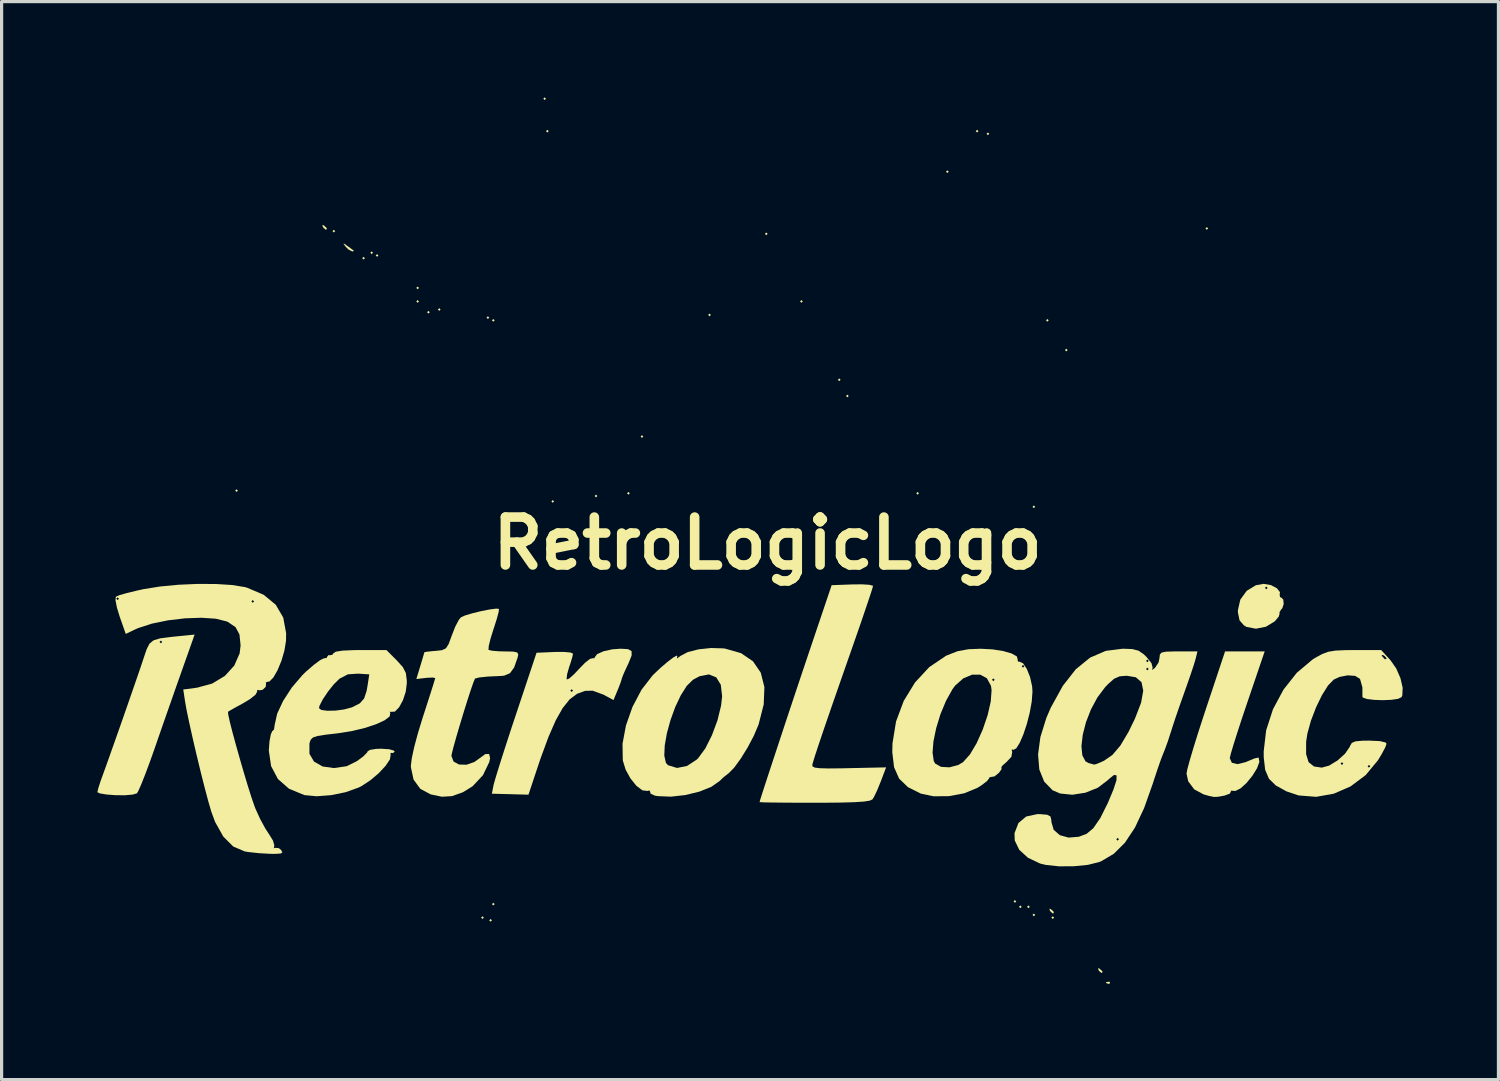
<source format=kicad_pcb>
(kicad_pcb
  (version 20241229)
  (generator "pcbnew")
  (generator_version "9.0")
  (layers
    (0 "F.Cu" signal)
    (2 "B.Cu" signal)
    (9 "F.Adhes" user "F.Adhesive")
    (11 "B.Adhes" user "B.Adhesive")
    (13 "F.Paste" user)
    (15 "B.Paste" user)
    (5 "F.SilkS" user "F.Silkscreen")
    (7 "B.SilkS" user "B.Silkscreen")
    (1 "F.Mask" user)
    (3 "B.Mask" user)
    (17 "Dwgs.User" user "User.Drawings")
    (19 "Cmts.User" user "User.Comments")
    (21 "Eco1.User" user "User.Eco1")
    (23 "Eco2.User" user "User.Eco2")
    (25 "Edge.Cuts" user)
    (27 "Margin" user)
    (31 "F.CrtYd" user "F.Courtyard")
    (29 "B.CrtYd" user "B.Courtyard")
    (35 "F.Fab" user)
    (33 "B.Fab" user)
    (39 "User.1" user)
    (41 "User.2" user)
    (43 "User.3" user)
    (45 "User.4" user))
  (footprint "RetroLogicLogo"
    (layer "F.Cu")
    (at 20.997 13.97)
    (property "Reference" "RetroLogicLogo" (at 0 0 0) (layer "F.SilkS") (effects (font (size 1.5 1.5) (thickness 0.3))))
    (attr board_only exclude_from_pos_files exclude_from_bom)
    (fp_poly (pts (xy -16.595 -1.651) (xy -16.637 -1.609) (xy -16.679 -1.651) (xy -16.637 -1.693)) (stroke (width 0) (type solid)) (fill yes) (layer "F.SilkS"))
    (fp_poly (pts (xy -13.547 -9.779) (xy -13.589 -9.737) (xy -13.631 -9.779) (xy -13.589 -9.821)) (stroke (width 0) (type solid)) (fill yes) (layer "F.SilkS"))
    (fp_poly (pts (xy -12.615 -8.932) (xy -12.658 -8.89) (xy -12.7 -8.932) (xy -12.658 -8.975)) (stroke (width 0) (type solid)) (fill yes) (layer "F.SilkS"))
    (fp_poly (pts (xy -12.361 -9.102) (xy -12.404 -9.059) (xy -12.446 -9.102) (xy -12.404 -9.144)) (stroke (width 0) (type solid)) (fill yes) (layer "F.SilkS"))
    (fp_poly (pts (xy -12.192 -9.017) (xy -12.234 -8.975) (xy -12.277 -9.017) (xy -12.234 -9.059)) (stroke (width 0) (type solid)) (fill yes) (layer "F.SilkS"))
    (fp_poly (pts (xy -10.922 -8.001) (xy -10.964 -7.959) (xy -11.007 -8.001) (xy -10.964 -8.043)) (stroke (width 0) (type solid)) (fill yes) (layer "F.SilkS"))
    (fp_poly (pts (xy -10.922 -7.578) (xy -10.964 -7.535) (xy -11.007 -7.578) (xy -10.964 -7.62)) (stroke (width 0) (type solid)) (fill yes) (layer "F.SilkS"))
    (fp_poly (pts (xy -10.583 -7.239) (xy -10.626 -7.197) (xy -10.668 -7.239) (xy -10.626 -7.281)) (stroke (width 0) (type solid)) (fill yes) (layer "F.SilkS"))
    (fp_poly (pts (xy -10.245 -7.324) (xy -10.287 -7.281) (xy -10.329 -7.324) (xy -10.287 -7.366)) (stroke (width 0) (type solid)) (fill yes) (layer "F.SilkS"))
    (fp_poly (pts (xy -8.89 11.726) (xy -8.932 11.769) (xy -8.975 11.726) (xy -8.932 11.684)) (stroke (width 0) (type solid)) (fill yes) (layer "F.SilkS"))
    (fp_poly (pts (xy -8.721 -7.07) (xy -8.763 -7.027) (xy -8.805 -7.07) (xy -8.763 -7.112)) (stroke (width 0) (type solid)) (fill yes) (layer "F.SilkS"))
    (fp_poly (pts (xy -8.636 11.811) (xy -8.678 11.853) (xy -8.721 11.811) (xy -8.678 11.769)) (stroke (width 0) (type solid)) (fill yes) (layer "F.SilkS"))
    (fp_poly (pts (xy -8.551 -6.985) (xy -8.594 -6.943) (xy -8.636 -6.985) (xy -8.594 -7.027)) (stroke (width 0) (type solid)) (fill yes) (layer "F.SilkS"))
    (fp_poly (pts (xy -8.551 11.303) (xy -8.594 11.345) (xy -8.636 11.303) (xy -8.594 11.261)) (stroke (width 0) (type solid)) (fill yes) (layer "F.SilkS"))
    (fp_poly (pts (xy -6.943 -13.928) (xy -6.985 -13.885) (xy -7.027 -13.928) (xy -6.985 -13.97)) (stroke (width 0) (type solid)) (fill yes) (layer "F.SilkS"))
    (fp_poly (pts (xy -6.858 -12.912) (xy -6.9 -12.869) (xy -6.943 -12.912) (xy -6.9 -12.954)) (stroke (width 0) (type solid)) (fill yes) (layer "F.SilkS"))
    (fp_poly (pts (xy -6.689 -1.312) (xy -6.731 -1.27) (xy -6.773 -1.312) (xy -6.731 -1.355)) (stroke (width 0) (type solid)) (fill yes) (layer "F.SilkS"))
    (fp_poly (pts (xy -5.334 -1.482) (xy -5.376 -1.439) (xy -5.419 -1.482) (xy -5.376 -1.524)) (stroke (width 0) (type solid)) (fill yes) (layer "F.SilkS"))
    (fp_poly (pts (xy -4.318 -1.566) (xy -4.36 -1.524) (xy -4.403 -1.566) (xy -4.36 -1.609)) (stroke (width 0) (type solid)) (fill yes) (layer "F.SilkS"))
    (fp_poly (pts (xy -3.895 -3.344) (xy -3.937 -3.302) (xy -3.979 -3.344) (xy -3.937 -3.387)) (stroke (width 0) (type solid)) (fill yes) (layer "F.SilkS"))
    (fp_poly (pts (xy -1.778 -7.154) (xy -1.82 -7.112) (xy -1.863 -7.154) (xy -1.82 -7.197)) (stroke (width 0) (type solid)) (fill yes) (layer "F.SilkS"))
    (fp_poly (pts (xy 0 -9.694) (xy -0.042 -9.652) (xy -0.085 -9.694) (xy -0.042 -9.737)) (stroke (width 0) (type solid)) (fill yes) (layer "F.SilkS"))
    (fp_poly (pts (xy 1.101 -7.578) (xy 1.058 -7.535) (xy 1.016 -7.578) (xy 1.058 -7.62)) (stroke (width 0) (type solid)) (fill yes) (layer "F.SilkS"))
    (fp_poly (pts (xy 2.286 -5.122) (xy 2.244 -5.08) (xy 2.201 -5.122) (xy 2.244 -5.165)) (stroke (width 0) (type solid)) (fill yes) (layer "F.SilkS"))
    (fp_poly (pts (xy 2.54 -4.614) (xy 2.498 -4.572) (xy 2.455 -4.614) (xy 2.498 -4.657)) (stroke (width 0) (type solid)) (fill yes) (layer "F.SilkS"))
    (fp_poly (pts (xy 4.741 -1.566) (xy 4.699 -1.524) (xy 4.657 -1.566) (xy 4.699 -1.609)) (stroke (width 0) (type solid)) (fill yes) (layer "F.SilkS"))
    (fp_poly (pts (xy 5.673 -11.642) (xy 5.63 -11.599) (xy 5.588 -11.642) (xy 5.63 -11.684)) (stroke (width 0) (type solid)) (fill yes) (layer "F.SilkS"))
    (fp_poly (pts (xy 6.604 -12.912) (xy 6.562 -12.869) (xy 6.519 -12.912) (xy 6.562 -12.954)) (stroke (width 0) (type solid)) (fill yes) (layer "F.SilkS"))
    (fp_poly (pts (xy 6.943 -12.827) (xy 6.9 -12.785) (xy 6.858 -12.827) (xy 6.9 -12.869)) (stroke (width 0) (type solid)) (fill yes) (layer "F.SilkS"))
    (fp_poly (pts (xy 7.789 11.218) (xy 7.747 11.261) (xy 7.705 11.218) (xy 7.747 11.176)) (stroke (width 0) (type solid)) (fill yes) (layer "F.SilkS"))
    (fp_poly (pts (xy 7.959 11.388) (xy 7.916 11.43) (xy 7.874 11.388) (xy 7.916 11.345)) (stroke (width 0) (type solid)) (fill yes) (layer "F.SilkS"))
    (fp_poly (pts (xy 8.213 11.388) (xy 8.17 11.43) (xy 8.128 11.388) (xy 8.17 11.345)) (stroke (width 0) (type solid)) (fill yes) (layer "F.SilkS"))
    (fp_poly (pts (xy 8.382 -1.143) (xy 8.34 -1.101) (xy 8.297 -1.143) (xy 8.34 -1.185)) (stroke (width 0) (type solid)) (fill yes) (layer "F.SilkS"))
    (fp_poly (pts (xy 8.382 11.642) (xy 8.34 11.684) (xy 8.297 11.642) (xy 8.34 11.599)) (stroke (width 0) (type solid)) (fill yes) (layer "F.SilkS"))
    (fp_poly (pts (xy 8.805 -6.985) (xy 8.763 -6.943) (xy 8.721 -6.985) (xy 8.763 -7.027)) (stroke (width 0) (type solid)) (fill yes) (layer "F.SilkS"))
    (fp_poly (pts (xy 8.975 11.726) (xy 8.932 11.769) (xy 8.89 11.726) (xy 8.932 11.684)) (stroke (width 0) (type solid)) (fill yes) (layer "F.SilkS"))
    (fp_poly (pts (xy 9.398 -6.054) (xy 9.356 -6.011) (xy 9.313 -6.054) (xy 9.356 -6.096)) (stroke (width 0) (type solid)) (fill yes) (layer "F.SilkS"))
    (fp_poly (pts (xy 13.801 -9.864) (xy 13.758 -9.821) (xy 13.716 -9.864) (xy 13.758 -9.906)) (stroke (width 0) (type solid)) (fill yes) (layer "F.SilkS"))
    (fp_poly (pts (xy 10.724 13.744) (xy 10.713 13.795) (xy 10.668 13.801) (xy 10.598 13.77) (xy 10.612 13.744) (xy 10.712 13.734)) (stroke (width 0) (type solid)) (fill yes) (layer "F.SilkS"))
    (fp_poly (pts (xy -13.898 -9.956) (xy -13.808 -9.871) (xy -13.826 -9.822) (xy -13.838 -9.821) (xy -13.91 -9.881) (xy -13.936 -9.919) (xy -13.946 -9.977)) (stroke (width 0) (type solid)) (fill yes) (layer "F.SilkS"))
    (fp_poly (pts (xy 8.877 11.464) (xy 8.968 11.549) (xy 8.949 11.599) (xy 8.937 11.599) (xy 8.866 11.539) (xy 8.84 11.502) (xy 8.83 11.444)) (stroke (width 0) (type solid)) (fill yes) (layer "F.SilkS"))
    (fp_poly (pts (xy 10.401 13.327) (xy 10.492 13.412) (xy 10.473 13.461) (xy 10.461 13.462) (xy 10.39 13.402) (xy 10.364 13.364) (xy 10.354 13.306)) (stroke (width 0) (type solid)) (fill yes) (layer "F.SilkS"))
    (fp_poly (pts (xy -13.251 -9.377) (xy -13.166 -9.316) (xy -13.023 -9.212) (xy -12.961 -9.168) (xy -12.989 -9.145) (xy -13.014 -9.144) (xy -13.132 -9.204) (xy -13.219 -9.292) (xy -13.291 -9.391)) (stroke (width 0) (type solid)) (fill yes) (layer "F.SilkS"))
    (fp_poly (pts (xy 15.766 1.309) (xy 15.952 1.406) (xy 16.05 1.529) (xy 16.04 1.615) (xy 16.054 1.688) (xy 16.082 1.693) (xy 16.153 1.759) (xy 16.167 1.902) (xy 16.122 2.039) (xy 16.085 2.075) (xy 16.031 2.169) (xy 16.04 2.195) (xy 16.014 2.292) (xy 15.895 2.437) (xy 15.885 2.446) (xy 15.61 2.614) (xy 15.295 2.675) (xy 15.005 2.62) (xy 14.922 2.572) (xy 14.784 2.414) (xy 14.734 2.174) (xy 14.732 2.098) (xy 14.808 1.764) (xy 15.008 1.489) (xy 15.158 1.397) (xy 15.579 1.397) (xy 15.621 1.439) (xy 15.663 1.397) (xy 15.621 1.355) (xy 15.579 1.397) (xy 15.158 1.397) (xy 15.296 1.313) (xy 15.539 1.27)) (stroke (width 0) (type solid)) (fill yes) (layer "F.SilkS"))
    (fp_poly (pts (xy 15.025 4.993) (xy 14.857 5.491) (xy 14.711 5.94) (xy 14.593 6.312) (xy 14.513 6.582) (xy 14.479 6.723) (xy 14.478 6.732) (xy 14.543 6.875) (xy 14.718 6.918) (xy 14.976 6.855) (xy 15.047 6.824) (xy 15.245 6.742) (xy 15.368 6.713) (xy 15.382 6.717) (xy 15.405 6.848) (xy 15.33 7.05) (xy 15.187 7.281) (xy 15.007 7.503) (xy 14.819 7.675) (xy 14.655 7.758) (xy 14.592 7.754) (xy 14.509 7.749) (xy 14.515 7.78) (xy 14.475 7.844) (xy 14.316 7.902) (xy 14.297 7.906) (xy 14.108 7.941) (xy 13.978 7.945) (xy 13.825 7.913) (xy 13.656 7.865) (xy 13.363 7.707) (xy 13.175 7.454) (xy 13.123 7.211) (xy 13.149 7.075) (xy 13.222 6.804) (xy 13.334 6.425) (xy 13.478 5.963) (xy 13.645 5.446) (xy 13.727 5.198) (xy 14.33 3.387) (xy 14.951 3.387) (xy 15.571 3.387)) (stroke (width 0) (type solid)) (fill yes) (layer "F.SilkS"))
    (fp_poly (pts (xy -18.33 3.932) (xy -18.498 4.407) (xy -18.699 4.98) (xy -18.913 5.591) (xy -19.117 6.177) (xy -19.185 6.376) (xy -19.347 6.833) (xy -19.497 7.235) (xy -19.624 7.555) (xy -19.716 7.764) (xy -19.757 7.832) (xy -19.887 7.871) (xy -20.131 7.893) (xy -20.426 7.891) (xy -20.712 7.869) (xy -20.917 7.835) (xy -20.997 7.797) (xy -20.997 7.796) (xy -20.97 7.68) (xy -20.902 7.468) (xy -20.862 7.355) (xy -20.723 6.971) (xy -20.555 6.498) (xy -20.368 5.97) (xy -20.175 5.421) (xy -19.988 4.883) (xy -19.817 4.39) (xy -19.674 3.975) (xy -19.572 3.672) (xy -19.542 3.58) (xy -19.452 3.316) (xy -19.363 3.143) (xy -19.298 3.09) (xy -19.05 3.09) (xy -19.008 3.133) (xy -18.965 3.09) (xy -19.008 3.048) (xy -19.05 3.09) (xy -19.298 3.09) (xy -19.235 3.039) (xy -19.032 2.978) (xy -18.715 2.936) (xy -18.521 2.916) (xy -17.95 2.859)) (stroke (width 0) (type solid)) (fill yes) (layer "F.SilkS"))
    (fp_poly (pts (xy 3.189 1.3) (xy 3.298 1.329) (xy 3.302 1.337) (xy 3.275 1.435) (xy 3.199 1.669) (xy 3.082 2.017) (xy 2.932 2.457) (xy 2.756 2.965) (xy 2.621 3.351) (xy 2.284 4.315) (xy 2.003 5.122) (xy 1.777 5.779) (xy 1.605 6.287) (xy 1.485 6.652) (xy 1.416 6.877) (xy 1.399 6.943) (xy 1.409 6.993) (xy 1.48 7.027) (xy 1.637 7.046) (xy 1.904 7.053) (xy 2.304 7.049) (xy 2.542 7.044) (xy 3.712 7.019) (xy 3.542 7.467) (xy 3.433 7.735) (xy 3.333 7.944) (xy 3.284 8.022) (xy 3.203 8.061) (xy 3.02 8.09) (xy 2.721 8.11) (xy 2.289 8.122) (xy 1.709 8.128) (xy 1.471 8.128) (xy 0.952 8.127) (xy 0.495 8.124) (xy 0.126 8.12) (xy -0.13 8.115) (xy -0.248 8.108) (xy -0.253 8.107) (xy -0.227 8.016) (xy -0.154 7.787) (xy -0.041 7.439) (xy 0.105 6.994) (xy 0.277 6.473) (xy 0.467 5.897) (xy 0.669 5.288) (xy 0.876 4.666) (xy 1.081 4.054) (xy 1.277 3.471) (xy 1.334 3.302) (xy 2.006 1.312) (xy 2.654 1.288) (xy 2.961 1.285)) (stroke (width 0) (type solid)) (fill yes) (layer "F.SilkS"))
    (fp_poly (pts (xy -4.375 3.315) (xy -4.262 3.376) (xy -4.26 3.513) (xy -4.358 3.758) (xy -4.403 3.852) (xy -4.503 4.069) (xy -4.562 4.217) (xy -4.569 4.244) (xy -4.601 4.35) (xy -4.676 4.546) (xy -4.7 4.604) (xy -4.828 4.91) (xy -5.144 4.74) (xy -5.482 4.617) (xy -5.715 4.622) (xy -5.969 4.714) (xy -6.201 4.888) (xy -6.421 5.162) (xy -6.639 5.549) (xy -6.865 6.066) (xy -7.109 6.728) (xy -7.203 7.007) (xy -7.492 7.875) (xy -8.065 7.859) (xy -8.638 7.844) (xy -8.588 7.584) (xy -8.547 7.432) (xy -8.461 7.145) (xy -8.337 6.75) (xy -8.183 6.272) (xy -8.008 5.736) (xy -7.888 5.376) (xy -7.634 4.614) (xy -6.181 4.614) (xy -6.138 4.657) (xy -6.096 4.614) (xy -6.138 4.572) (xy -6.181 4.614) (xy -7.634 4.614) (xy -7.239 3.429) (xy -6.668 3.404) (xy -6.382 3.402) (xy -6.177 3.421) (xy -6.096 3.456) (xy -6.096 3.457) (xy -6.122 3.58) (xy -6.188 3.793) (xy -6.217 3.876) (xy -6.28 4.096) (xy -6.297 4.242) (xy -6.289 4.266) (xy -6.213 4.234) (xy -6.064 4.102) (xy -5.907 3.935) (xy -5.718 3.741) (xy -5.566 3.622) (xy -5.496 3.603) (xy -5.423 3.597) (xy -5.419 3.575) (xy -5.342 3.472) (xy -5.142 3.383) (xy -4.867 3.321) (xy -4.61 3.302)) (stroke (width 0) (type solid)) (fill yes) (layer "F.SilkS"))
    (fp_poly (pts (xy -1.389 3.291) (xy -1.328 3.3) (xy -0.831 3.442) (xy -0.459 3.696) (xy -0.215 4.052) (xy -0.101 4.504) (xy -0.122 5.045) (xy -0.28 5.666) (xy -0.289 5.691) (xy -0.433 6.031) (xy -0.626 6.396) (xy -0.84 6.743) (xy -1.048 7.028) (xy -1.224 7.207) (xy -1.247 7.223) (xy -1.391 7.337) (xy -1.504 7.447) (xy -1.763 7.629) (xy -2.138 7.779) (xy -2.577 7.886) (xy -3.029 7.937) (xy -3.44 7.92) (xy -3.536 7.903) (xy -3.665 7.844) (xy -3.68 7.784) (xy -3.699 7.743) (xy -3.765 7.758) (xy -3.926 7.737) (xy -4.113 7.594) (xy -4.297 7.366) (xy -4.448 7.091) (xy -4.536 6.806) (xy -4.537 6.794) (xy -4.54 6.651) (xy -3.237 6.651) (xy -3.187 6.876) (xy -3.122 6.951) (xy -2.839 7.037) (xy -2.527 6.976) (xy -2.223 6.777) (xy -2.174 6.729) (xy -1.952 6.426) (xy -1.744 6.012) (xy -1.571 5.546) (xy -1.458 5.084) (xy -1.425 4.792) (xy -1.467 4.43) (xy -1.61 4.199) (xy -1.838 4.107) (xy -2.135 4.165) (xy -2.338 4.274) (xy -2.532 4.465) (xy -2.72 4.761) (xy -2.894 5.129) (xy -3.042 5.536) (xy -3.155 5.948) (xy -3.223 6.331) (xy -3.237 6.651) (xy -4.54 6.651) (xy -4.545 6.278) (xy -4.438 5.706) (xy -4.234 5.126) (xy -3.951 4.588) (xy -3.606 4.142) (xy -3.58 4.115) (xy -3.357 3.903) (xy -3.142 3.719) (xy -2.964 3.583) (xy -2.849 3.517) (xy -2.825 3.54) (xy -2.836 3.561) (xy -2.844 3.61) (xy -2.744 3.54) (xy -2.735 3.531) (xy -2.505 3.409) (xy -2.165 3.322) (xy -1.774 3.28)) (stroke (width 0) (type solid)) (fill yes) (layer "F.SilkS"))
    (fp_poly (pts (xy -8.416 2.054) (xy -8.425 2.145) (xy -8.48 2.353) (xy -8.569 2.636) (xy -8.587 2.688) (xy -8.679 2.983) (xy -8.735 3.212) (xy -8.745 3.331) (xy -8.742 3.338) (xy -8.636 3.365) (xy -8.417 3.383) (xy -8.235 3.387) (xy -7.974 3.392) (xy -7.845 3.418) (xy -7.812 3.483) (xy -7.831 3.577) (xy -7.941 3.891) (xy -8.071 4.069) (xy -8.253 4.146) (xy -8.375 4.157) (xy -8.755 4.174) (xy -9.025 4.201) (xy -9.16 4.234) (xy -9.168 4.241) (xy -9.218 4.36) (xy -9.302 4.604) (xy -9.41 4.935) (xy -9.529 5.317) (xy -9.648 5.711) (xy -9.757 6.081) (xy -9.843 6.389) (xy -9.895 6.597) (xy -9.906 6.662) (xy -9.838 6.837) (xy -9.666 6.93) (xy -9.433 6.936) (xy -9.187 6.851) (xy -9.043 6.748) (xy -8.845 6.603) (xy -8.724 6.599) (xy -8.694 6.729) (xy -8.72 6.855) (xy -8.918 7.264) (xy -9.239 7.608) (xy -9.542 7.797) (xy -9.887 7.92) (xy -10.203 7.939) (xy -10.557 7.865) (xy -10.881 7.691) (xy -11.092 7.401) (xy -11.175 7.013) (xy -11.176 6.968) (xy -11.148 6.737) (xy -11.072 6.385) (xy -10.955 5.949) (xy -10.808 5.468) (xy -10.795 5.428) (xy -10.66 5.011) (xy -10.546 4.655) (xy -10.462 4.389) (xy -10.418 4.241) (xy -10.414 4.222) (xy -10.488 4.205) (xy -10.669 4.213) (xy -10.709 4.217) (xy -11.004 4.252) (xy -10.879 3.84) (xy -10.808 3.603) (xy -10.762 3.447) (xy -10.754 3.413) (xy -10.678 3.397) (xy -10.488 3.377) (xy -10.4 3.37) (xy -10.2 3.348) (xy -10.078 3.29) (xy -9.992 3.155) (xy -9.9 2.904) (xy -9.891 2.879) (xy -9.784 2.607) (xy -9.673 2.397) (xy -9.607 2.318) (xy -9.473 2.258) (xy -9.242 2.19) (xy -8.968 2.123) (xy -8.704 2.072) (xy -8.501 2.046)) (stroke (width 0) (type solid)) (fill yes) (layer "F.SilkS"))
    (fp_poly (pts (xy 19.511 3.661) (xy 19.692 3.92) (xy 19.825 4.226) (xy 19.894 4.526) (xy 19.883 4.763) (xy 19.858 4.82) (xy 19.751 4.872) (xy 19.54 4.903) (xy 19.274 4.914) (xy 19.003 4.905) (xy 18.778 4.878) (xy 18.647 4.833) (xy 18.633 4.805) (xy 18.632 4.511) (xy 18.563 4.266) (xy 18.549 4.241) (xy 18.404 4.153) (xy 18.171 4.136) (xy 17.911 4.187) (xy 17.734 4.27) (xy 17.556 4.454) (xy 17.364 4.76) (xy 17.179 5.142) (xy 17.021 5.555) (xy 16.91 5.955) (xy 16.87 6.216) (xy 16.869 6.604) (xy 16.947 6.856) (xy 17.116 6.991) (xy 17.36 7.027) (xy 17.513 6.985) (xy 18.796 6.985) (xy 18.838 7.027) (xy 18.881 6.985) (xy 18.838 6.943) (xy 18.796 6.985) (xy 17.513 6.985) (xy 17.591 6.964) (xy 17.694 6.9) (xy 17.949 6.9) (xy 17.992 6.943) (xy 18.034 6.9) (xy 17.992 6.858) (xy 17.949 6.9) (xy 17.694 6.9) (xy 17.853 6.803) (xy 18.089 6.591) (xy 18.237 6.374) (xy 18.247 6.345) (xy 18.3 6.254) (xy 18.414 6.204) (xy 18.628 6.184) (xy 18.844 6.181) (xy 19.181 6.196) (xy 19.359 6.24) (xy 19.389 6.279) (xy 19.346 6.399) (xy 19.234 6.608) (xy 19.119 6.798) (xy 18.734 7.262) (xy 18.264 7.614) (xy 17.736 7.844) (xy 17.183 7.942) (xy 16.633 7.898) (xy 16.254 7.771) (xy 15.919 7.586) (xy 15.704 7.374) (xy 15.586 7.095) (xy 15.542 6.708) (xy 15.54 6.519) (xy 15.618 5.856) (xy 15.831 5.199) (xy 16.159 4.586) (xy 16.58 4.053) (xy 17.074 3.638) (xy 17.173 3.577) (xy 17.323 3.496) (xy 19.233 3.496) (xy 19.254 3.543) (xy 19.339 3.634) (xy 19.388 3.615) (xy 19.389 3.603) (xy 19.329 3.532) (xy 19.291 3.506) (xy 19.233 3.496) (xy 17.323 3.496) (xy 17.376 3.467) (xy 17.562 3.398) (xy 17.783 3.361) (xy 18.087 3.347) (xy 18.395 3.344) (xy 19.221 3.344)) (stroke (width 0) (type solid)) (fill yes) (layer "F.SilkS"))
    (fp_poly (pts (xy 7.043 3.322) (xy 7.378 3.375) (xy 7.644 3.451) (xy 7.806 3.542) (xy 7.834 3.637) (xy 7.831 3.641) (xy 7.842 3.707) (xy 7.886 3.706) (xy 8.002 3.76) (xy 8.12 3.936) (xy 8.221 4.189) (xy 8.285 4.475) (xy 8.297 4.644) (xy 8.274 4.957) (xy 8.211 5.307) (xy 8.12 5.66) (xy 8.012 5.986) (xy 7.897 6.251) (xy 7.788 6.424) (xy 7.695 6.473) (xy 7.672 6.458) (xy 7.644 6.467) (xy 7.663 6.533) (xy 7.636 6.69) (xy 7.487 6.848) (xy 7.353 6.966) (xy 7.318 7.025) (xy 7.325 7.027) (xy 7.327 7.079) (xy 7.241 7.195) (xy 7.105 7.303) (xy 7.016 7.317) (xy 6.946 7.333) (xy 6.943 7.357) (xy 6.875 7.446) (xy 6.704 7.578) (xy 6.572 7.661) (xy 6.16 7.831) (xy 5.678 7.921) (xy 5.196 7.925) (xy 4.799 7.841) (xy 4.395 7.639) (xy 4.12 7.372) (xy 3.961 7.015) (xy 3.907 6.558) (xy 5.167 6.558) (xy 5.204 6.818) (xy 5.248 6.899) (xy 5.433 7.003) (xy 5.695 7.018) (xy 5.969 6.946) (xy 6.123 6.855) (xy 6.338 6.615) (xy 6.549 6.26) (xy 6.739 5.834) (xy 6.892 5.385) (xy 6.99 4.959) (xy 7.016 4.603) (xy 6.998 4.465) (xy 6.895 4.276) (xy 7.027 4.276) (xy 7.07 4.318) (xy 7.112 4.276) (xy 7.07 4.233) (xy 7.027 4.276) (xy 6.895 4.276) (xy 6.871 4.23) (xy 6.661 4.115) (xy 6.402 4.116) (xy 6.129 4.232) (xy 5.874 4.458) (xy 5.792 4.569) (xy 5.588 4.935) (xy 5.414 5.354) (xy 5.281 5.789) (xy 5.195 6.203) (xy 5.167 6.558) (xy 3.907 6.558) (xy 3.905 6.547) (xy 3.912 6.265) (xy 4.023 5.582) (xy 4.264 4.937) (xy 4.617 4.36) (xy 5.061 3.881) (xy 5.103 3.852) (xy 7.959 3.852) (xy 8.001 3.895) (xy 8.043 3.852) (xy 8.001 3.81) (xy 7.959 3.852) (xy 5.103 3.852) (xy 5.58 3.529) (xy 5.63 3.505) (xy 5.952 3.38) (xy 6.293 3.318) (xy 6.67 3.303)) (stroke (width 0) (type solid)) (fill yes) (layer "F.SilkS"))
    (fp_poly (pts (xy -11.622 3.663) (xy -11.428 3.878) (xy -11.333 4.064) (xy -11.304 4.297) (xy -11.303 4.383) (xy -11.337 4.653) (xy -11.425 4.919) (xy -11.545 5.138) (xy -11.674 5.271) (xy -11.788 5.28) (xy -11.839 5.276) (xy -11.821 5.318) (xy -11.841 5.425) (xy -11.999 5.545) (xy -12.269 5.669) (xy -12.621 5.785) (xy -13.028 5.883) (xy -13.46 5.951) (xy -13.475 5.953) (xy -13.854 5.997) (xy -14.098 6.036) (xy -14.239 6.082) (xy -14.311 6.147) (xy -14.346 6.244) (xy -14.354 6.277) (xy -14.353 6.594) (xy -14.21 6.838) (xy -13.939 6.992) (xy -13.587 7.041) (xy -13.186 6.983) (xy -12.863 6.822) (xy -12.666 6.675) (xy -12.547 6.555) (xy -12.531 6.518) (xy -12.455 6.471) (xy -12.26 6.44) (xy -12.107 6.435) (xy -11.857 6.451) (xy -11.708 6.494) (xy -11.684 6.524) (xy -11.736 6.575) (xy -11.768 6.562) (xy -11.818 6.574) (xy -11.808 6.624) (xy -11.833 6.77) (xy -11.97 6.974) (xy -12.185 7.204) (xy -12.448 7.426) (xy -12.726 7.608) (xy -12.811 7.651) (xy -13.216 7.796) (xy -13.678 7.89) (xy -14.129 7.924) (xy -14.502 7.889) (xy -14.52 7.884) (xy -14.994 7.688) (xy -15.341 7.384) (xy -15.554 6.981) (xy -15.626 6.491) (xy -15.605 6.205) (xy -15.565 5.994) (xy -15.52 5.883) (xy -15.504 5.878) (xy -15.463 5.83) (xy -15.442 5.686) (xy -15.365 5.34) (xy -15.283 5.163) (xy -14.055 5.163) (xy -13.98 5.221) (xy -13.79 5.246) (xy -13.534 5.24) (xy -13.263 5.204) (xy -13.026 5.14) (xy -13.004 5.131) (xy -12.775 5.013) (xy -12.641 4.863) (xy -12.563 4.628) (xy -12.531 4.448) (xy -12.479 4.106) (xy -12.829 4.083) (xy -13.15 4.105) (xy -13.406 4.238) (xy -13.411 4.241) (xy -13.585 4.412) (xy -13.772 4.645) (xy -13.934 4.887) (xy -14.037 5.088) (xy -14.055 5.163) (xy -15.283 5.163) (xy -15.178 4.938) (xy -14.907 4.52) (xy -14.576 4.132) (xy -14.462 4.02) (xy -14.219 3.81) (xy -14.019 3.661) (xy -13.896 3.6) (xy -13.879 3.602) (xy -13.806 3.587) (xy -13.801 3.556) (xy -13.751 3.498) (xy -13.723 3.509) (xy -13.632 3.491) (xy -13.61 3.451) (xy -13.53 3.396) (xy -13.321 3.362) (xy -12.967 3.346) (xy -12.758 3.344) (xy -11.941 3.344)) (stroke (width 0) (type solid)) (fill yes) (layer "F.SilkS"))
    (fp_poly (pts (xy -17.28 1.275) (xy -16.774 1.307) (xy -16.379 1.371) (xy -16.308 1.39) (xy -15.786 1.613) (xy -15.408 1.925) (xy -15.174 2.327) (xy -15.083 2.818) (xy -15.088 3.057) (xy -15.137 3.36) (xy -15.23 3.679) (xy -15.351 3.973) (xy -15.482 4.202) (xy -15.604 4.327) (xy -15.658 4.337) (xy -15.723 4.36) (xy -15.713 4.391) (xy -15.723 4.497) (xy -15.82 4.589) (xy -15.931 4.607) (xy -15.953 4.592) (xy -15.994 4.596) (xy -15.988 4.642) (xy -16.042 4.741) (xy -16.217 4.882) (xy -16.421 5.005) (xy -16.666 5.139) (xy -16.842 5.238) (xy -16.905 5.278) (xy -16.897 5.369) (xy -16.848 5.591) (xy -16.766 5.912) (xy -16.66 6.303) (xy -16.539 6.732) (xy -16.413 7.168) (xy -16.289 7.581) (xy -16.176 7.939) (xy -16.083 8.211) (xy -16.048 8.305) (xy -15.9 8.631) (xy -15.734 8.937) (xy -15.618 9.114) (xy -15.496 9.311) (xy -15.452 9.464) (xy -15.46 9.496) (xy -15.47 9.554) (xy -15.432 9.539) (xy -15.313 9.549) (xy -15.239 9.611) (xy -15.2 9.683) (xy -15.257 9.719) (xy -15.439 9.729) (xy -15.589 9.727) (xy -15.928 9.708) (xy -16.261 9.672) (xy -16.381 9.652) (xy -16.741 9.498) (xy -17.052 9.187) (xy -17.31 8.726) (xy -17.429 8.402) (xy -17.521 8.085) (xy -17.636 7.652) (xy -17.764 7.145) (xy -17.895 6.603) (xy -18.019 6.07) (xy -18.127 5.583) (xy -18.209 5.186) (xy -18.25 4.952) (xy -18.306 4.58) (xy -17.869 4.522) (xy -17.398 4.393) (xy -17.001 4.153) (xy -16.707 3.829) (xy -16.539 3.446) (xy -16.51 3.199) (xy -16.545 2.856) (xy -16.669 2.626) (xy -16.906 2.466) (xy -16.951 2.446) (xy -17.288 2.362) (xy -17.736 2.332) (xy -18.251 2.35) (xy -18.785 2.413) (xy -19.291 2.517) (xy -19.722 2.657) (xy -19.812 2.697) (xy -20.108 2.838) (xy -20.299 2.292) (xy -20.386 2.006) (xy -20.422 1.82) (xy -16.171 1.82) (xy -16.129 1.863) (xy -16.087 1.82) (xy -16.129 1.778) (xy -16.171 1.82) (xy -20.422 1.82) (xy -20.429 1.784) (xy -20.424 1.736) (xy -20.405 1.736) (xy -20.362 1.778) (xy -20.32 1.736) (xy -20.362 1.693) (xy -20.405 1.736) (xy -20.424 1.736) (xy -20.418 1.673) (xy -20.418 1.673) (xy -20.308 1.626) (xy -20.072 1.558) (xy -19.751 1.48) (xy -19.55 1.436) (xy -19.034 1.353) (xy -18.454 1.298) (xy -17.855 1.272)) (stroke (width 0) (type solid)) (fill yes) (layer "F.SilkS"))
    (fp_poly (pts (xy 11.422 3.313) (xy 11.618 3.363) (xy 11.781 3.475) (xy 11.865 3.555) (xy 12.025 3.754) (xy 12.062 3.898) (xy 12.054 3.915) (xy 12.04 3.968) (xy 12.133 3.905) (xy 12.248 3.732) (xy 12.277 3.588) (xy 12.287 3.483) (xy 12.341 3.423) (xy 12.477 3.395) (xy 12.731 3.387) (xy 12.871 3.387) (xy 13.465 3.387) (xy 13.408 3.619) (xy 13.355 3.798) (xy 13.259 4.088) (xy 13.136 4.442) (xy 13.06 4.657) (xy 12.918 5.056) (xy 12.783 5.448) (xy 12.676 5.772) (xy 12.641 5.884) (xy 12.543 6.188) (xy 12.442 6.467) (xy 12.403 6.562) (xy 12.325 6.761) (xy 12.218 7.065) (xy 12.101 7.418) (xy 12.068 7.522) (xy 11.795 8.293) (xy 11.506 8.908) (xy 11.192 9.381) (xy 10.844 9.727) (xy 10.452 9.959) (xy 10.379 9.988) (xy 10.032 10.073) (xy 9.591 10.117) (xy 9.129 10.119) (xy 8.716 10.075) (xy 8.537 10.032) (xy 8.156 9.851) (xy 7.883 9.602) (xy 7.742 9.31) (xy 7.74 9.271) (xy 10.922 9.271) (xy 10.964 9.313) (xy 11.007 9.271) (xy 10.964 9.229) (xy 10.922 9.271) (xy 7.74 9.271) (xy 7.734 9.081) (xy 7.858 8.762) (xy 8.1 8.559) (xy 8.449 8.483) (xy 8.53 8.484) (xy 8.757 8.503) (xy 8.861 8.557) (xy 8.889 8.679) (xy 8.89 8.732) (xy 8.962 8.976) (xy 9.153 9.143) (xy 9.427 9.219) (xy 9.748 9.193) (xy 9.994 9.1) (xy 10.203 8.925) (xy 10.423 8.605) (xy 10.659 8.132) (xy 10.835 7.71) (xy 10.928 7.424) (xy 10.932 7.271) (xy 10.852 7.256) (xy 10.691 7.385) (xy 10.659 7.418) (xy 10.345 7.657) (xy 9.956 7.813) (xy 9.545 7.877) (xy 9.164 7.838) (xy 8.928 7.737) (xy 8.664 7.466) (xy 8.511 7.086) (xy 8.472 6.615) (xy 8.507 6.354) (xy 9.831 6.354) (xy 9.858 6.641) (xy 9.958 6.831) (xy 10.054 6.884) (xy 10.195 6.922) (xy 10.232 6.933) (xy 10.32 6.907) (xy 10.499 6.83) (xy 10.542 6.809) (xy 10.8 6.631) (xy 11.05 6.337) (xy 11.306 5.907) (xy 11.511 5.484) (xy 11.7 4.992) (xy 11.767 4.616) (xy 11.713 4.352) (xy 11.536 4.197) (xy 11.248 4.149) (xy 11.028 4.167) (xy 10.853 4.244) (xy 10.664 4.411) (xy 10.572 4.508) (xy 10.33 4.83) (xy 10.128 5.206) (xy 9.973 5.605) (xy 9.872 5.998) (xy 9.831 6.354) (xy 8.507 6.354) (xy 8.545 6.07) (xy 8.732 5.469) (xy 8.872 5.146) (xy 9.248 4.464) (xy 9.655 3.945) (xy 9.665 3.937) (xy 11.853 3.937) (xy 11.896 3.979) (xy 11.938 3.937) (xy 11.896 3.895) (xy 11.853 3.937) (xy 9.665 3.937) (xy 9.977 3.683) (xy 11.853 3.683) (xy 11.896 3.725) (xy 11.938 3.683) (xy 11.896 3.641) (xy 11.853 3.683) (xy 9.977 3.683) (xy 10.102 3.581) (xy 10.595 3.369) (xy 11.125 3.302)) (stroke (width 0) (type solid)) (fill yes) (layer "F.SilkS")))
  (gr_rect
    (start -3 -3)
    (end 43.891 30.771)
    (stroke (width 0.1) (type default))
    (fill no)
    (layer "Edge.Cuts")))
</source>
